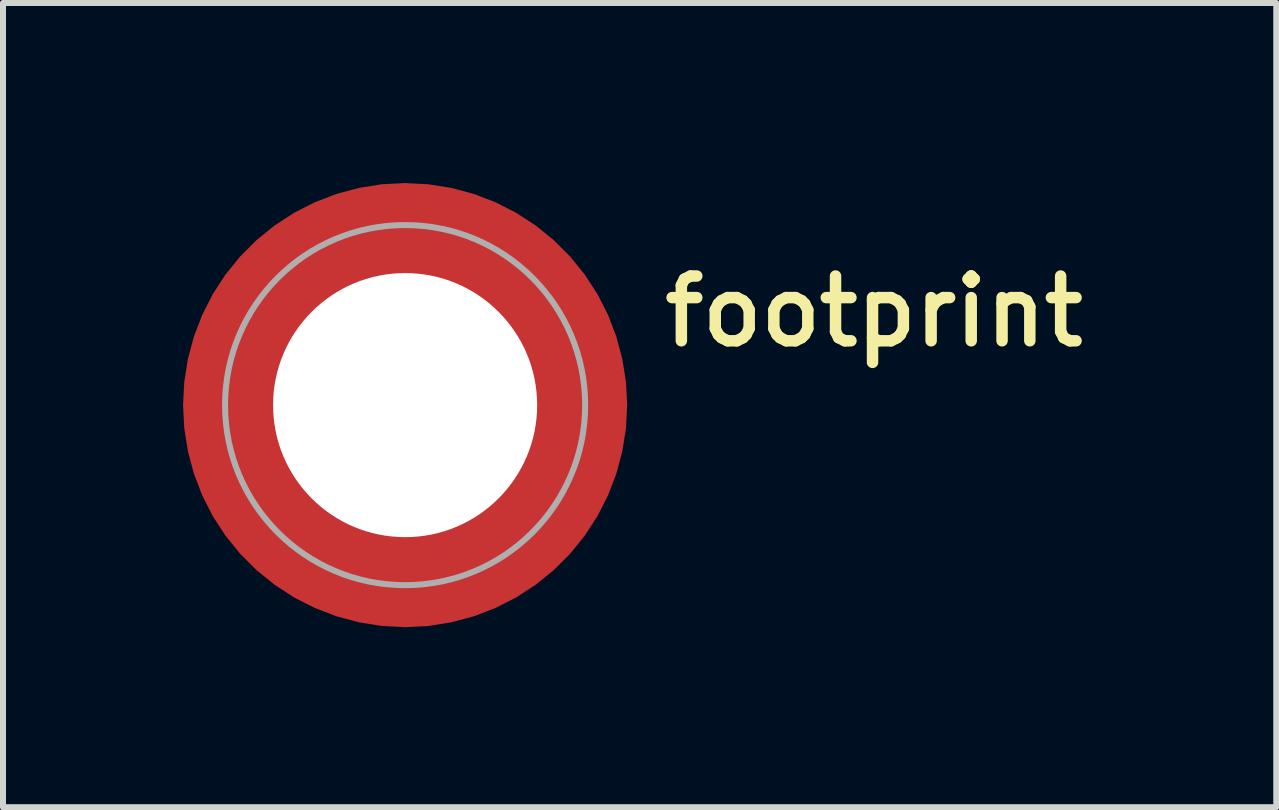
<source format=kicad_pcb>
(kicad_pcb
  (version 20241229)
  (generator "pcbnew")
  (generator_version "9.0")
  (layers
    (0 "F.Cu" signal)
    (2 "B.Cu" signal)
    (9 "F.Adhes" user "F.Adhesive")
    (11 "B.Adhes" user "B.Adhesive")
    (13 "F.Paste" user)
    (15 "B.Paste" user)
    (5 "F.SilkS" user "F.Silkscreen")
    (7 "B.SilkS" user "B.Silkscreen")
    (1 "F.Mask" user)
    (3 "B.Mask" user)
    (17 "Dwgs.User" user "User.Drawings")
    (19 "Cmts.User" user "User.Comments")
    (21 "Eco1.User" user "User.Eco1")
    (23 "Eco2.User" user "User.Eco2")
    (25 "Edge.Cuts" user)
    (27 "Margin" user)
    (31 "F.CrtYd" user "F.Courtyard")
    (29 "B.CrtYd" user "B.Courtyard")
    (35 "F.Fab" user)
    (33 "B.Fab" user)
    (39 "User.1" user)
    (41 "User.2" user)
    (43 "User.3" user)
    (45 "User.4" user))
  (footprint "footprint"
    (layer "F.Cu")
    (at 3.7 3.7)
    (property "Reference" "footprint" (at 4.22 -0.93 0) (layer "F.SilkS") (effects (font (size 1.079 1.079) (thickness 0.191)) (justify left bottom)))
    (fp_poly (pts (xy 0.776 -3.563) (xy 1.14 -3.462) (xy 1.493 -3.325) (xy 1.829 -3.152) (xy 2.146 -2.945) (xy 2.439 -2.707) (xy 2.707 -2.439) (xy 2.945 -2.146) (xy 3.152 -1.829) (xy 3.325 -1.493) (xy 3.463 -1.14) (xy 3.631 -0.375) (xy 2.23 -0.375) (xy 2.152 -0.693) (xy 2.039 -0.977) (xy 1.889 -1.243) (xy 1.703 -1.487) (xy 1.487 -1.703) (xy 1.243 -1.889) (xy 0.978 -2.038) (xy 0.375 -2.232) (xy 0.375 -3.625) (xy 0.402 -3.625)) (stroke (width 0) (type solid)) (fill yes) (layer "F.Paste"))
    (fp_poly (pts (xy 3.463 1.14) (xy 3.325 1.493) (xy 3.152 1.829) (xy 2.945 2.146) (xy 2.707 2.439) (xy 2.439 2.707) (xy 2.146 2.945) (xy 1.829 3.152) (xy 1.493 3.325) (xy 1.14 3.462) (xy 0.776 3.563) (xy 0.402 3.625) (xy 0.375 3.625) (xy 0.375 2.232) (xy 0.978 2.038) (xy 1.243 1.889) (xy 1.487 1.703) (xy 1.703 1.487) (xy 1.889 1.243) (xy 2.039 0.977) (xy 2.152 0.693) (xy 2.23 0.375) (xy 3.631 0.375)) (stroke (width 0) (type solid)) (fill yes) (layer "F.Paste"))
    (fp_poly (pts (xy -2.152 0.693) (xy -2.039 0.977) (xy -1.889 1.243) (xy -1.703 1.487) (xy -1.487 1.703) (xy -1.243 1.889) (xy -0.977 2.039) (xy -0.693 2.152) (xy -0.375 2.23) (xy -0.375 3.625) (xy -0.402 3.625) (xy -0.776 3.563) (xy -1.14 3.462) (xy -1.493 3.325) (xy -1.829 3.152) (xy -2.146 2.945) (xy -2.439 2.707) (xy -2.707 2.439) (xy -2.945 2.146) (xy -3.152 1.829) (xy -3.325 1.493) (xy -3.463 1.14) (xy -3.631 0.375) (xy -2.23 0.375)) (stroke (width 0) (type solid)) (fill yes) (layer "F.Paste"))
    (fp_poly (pts (xy -0.375 -2.23) (xy -0.693 -2.152) (xy -0.977 -2.039) (xy -1.243 -1.889) (xy -1.487 -1.703) (xy -1.703 -1.487) (xy -1.889 -1.243) (xy -2.039 -0.977) (xy -2.152 -0.693) (xy -2.23 -0.375) (xy -3.631 -0.375) (xy -3.463 -1.14) (xy -3.325 -1.493) (xy -3.152 -1.829) (xy -2.945 -2.146) (xy -2.707 -2.439) (xy -2.439 -2.707) (xy -2.146 -2.945) (xy -1.829 -3.152) (xy -1.493 -3.325) (xy -1.14 -3.462) (xy -0.776 -3.563) (xy -0.402 -3.625) (xy -0.375 -3.625)) (stroke (width 0) (type solid)) (fill yes) (layer "F.Paste"))
    (fp_circle (center 0 0) (end 3 0) (stroke (width 0.1) (type solid)) (fill no) (layer "F.Fab"))
    (pad "" np_thru_hole circle (at 0 0) (size 4.4 4.4) (drill 4.4) (layers "*.Cu" "*.Mask"))
    (pad "1" smd roundrect (at 0 0) (size 7.4 7.4) (layers "F.Cu" "F.Mask") (roundrect_rratio 0.5)))
  (gr_rect
    (start -3 -3)
    (end 18.215 10.4)
    (stroke (width 0.1) (type default))
    (fill no)
    (layer "Edge.Cuts")))
</source>
